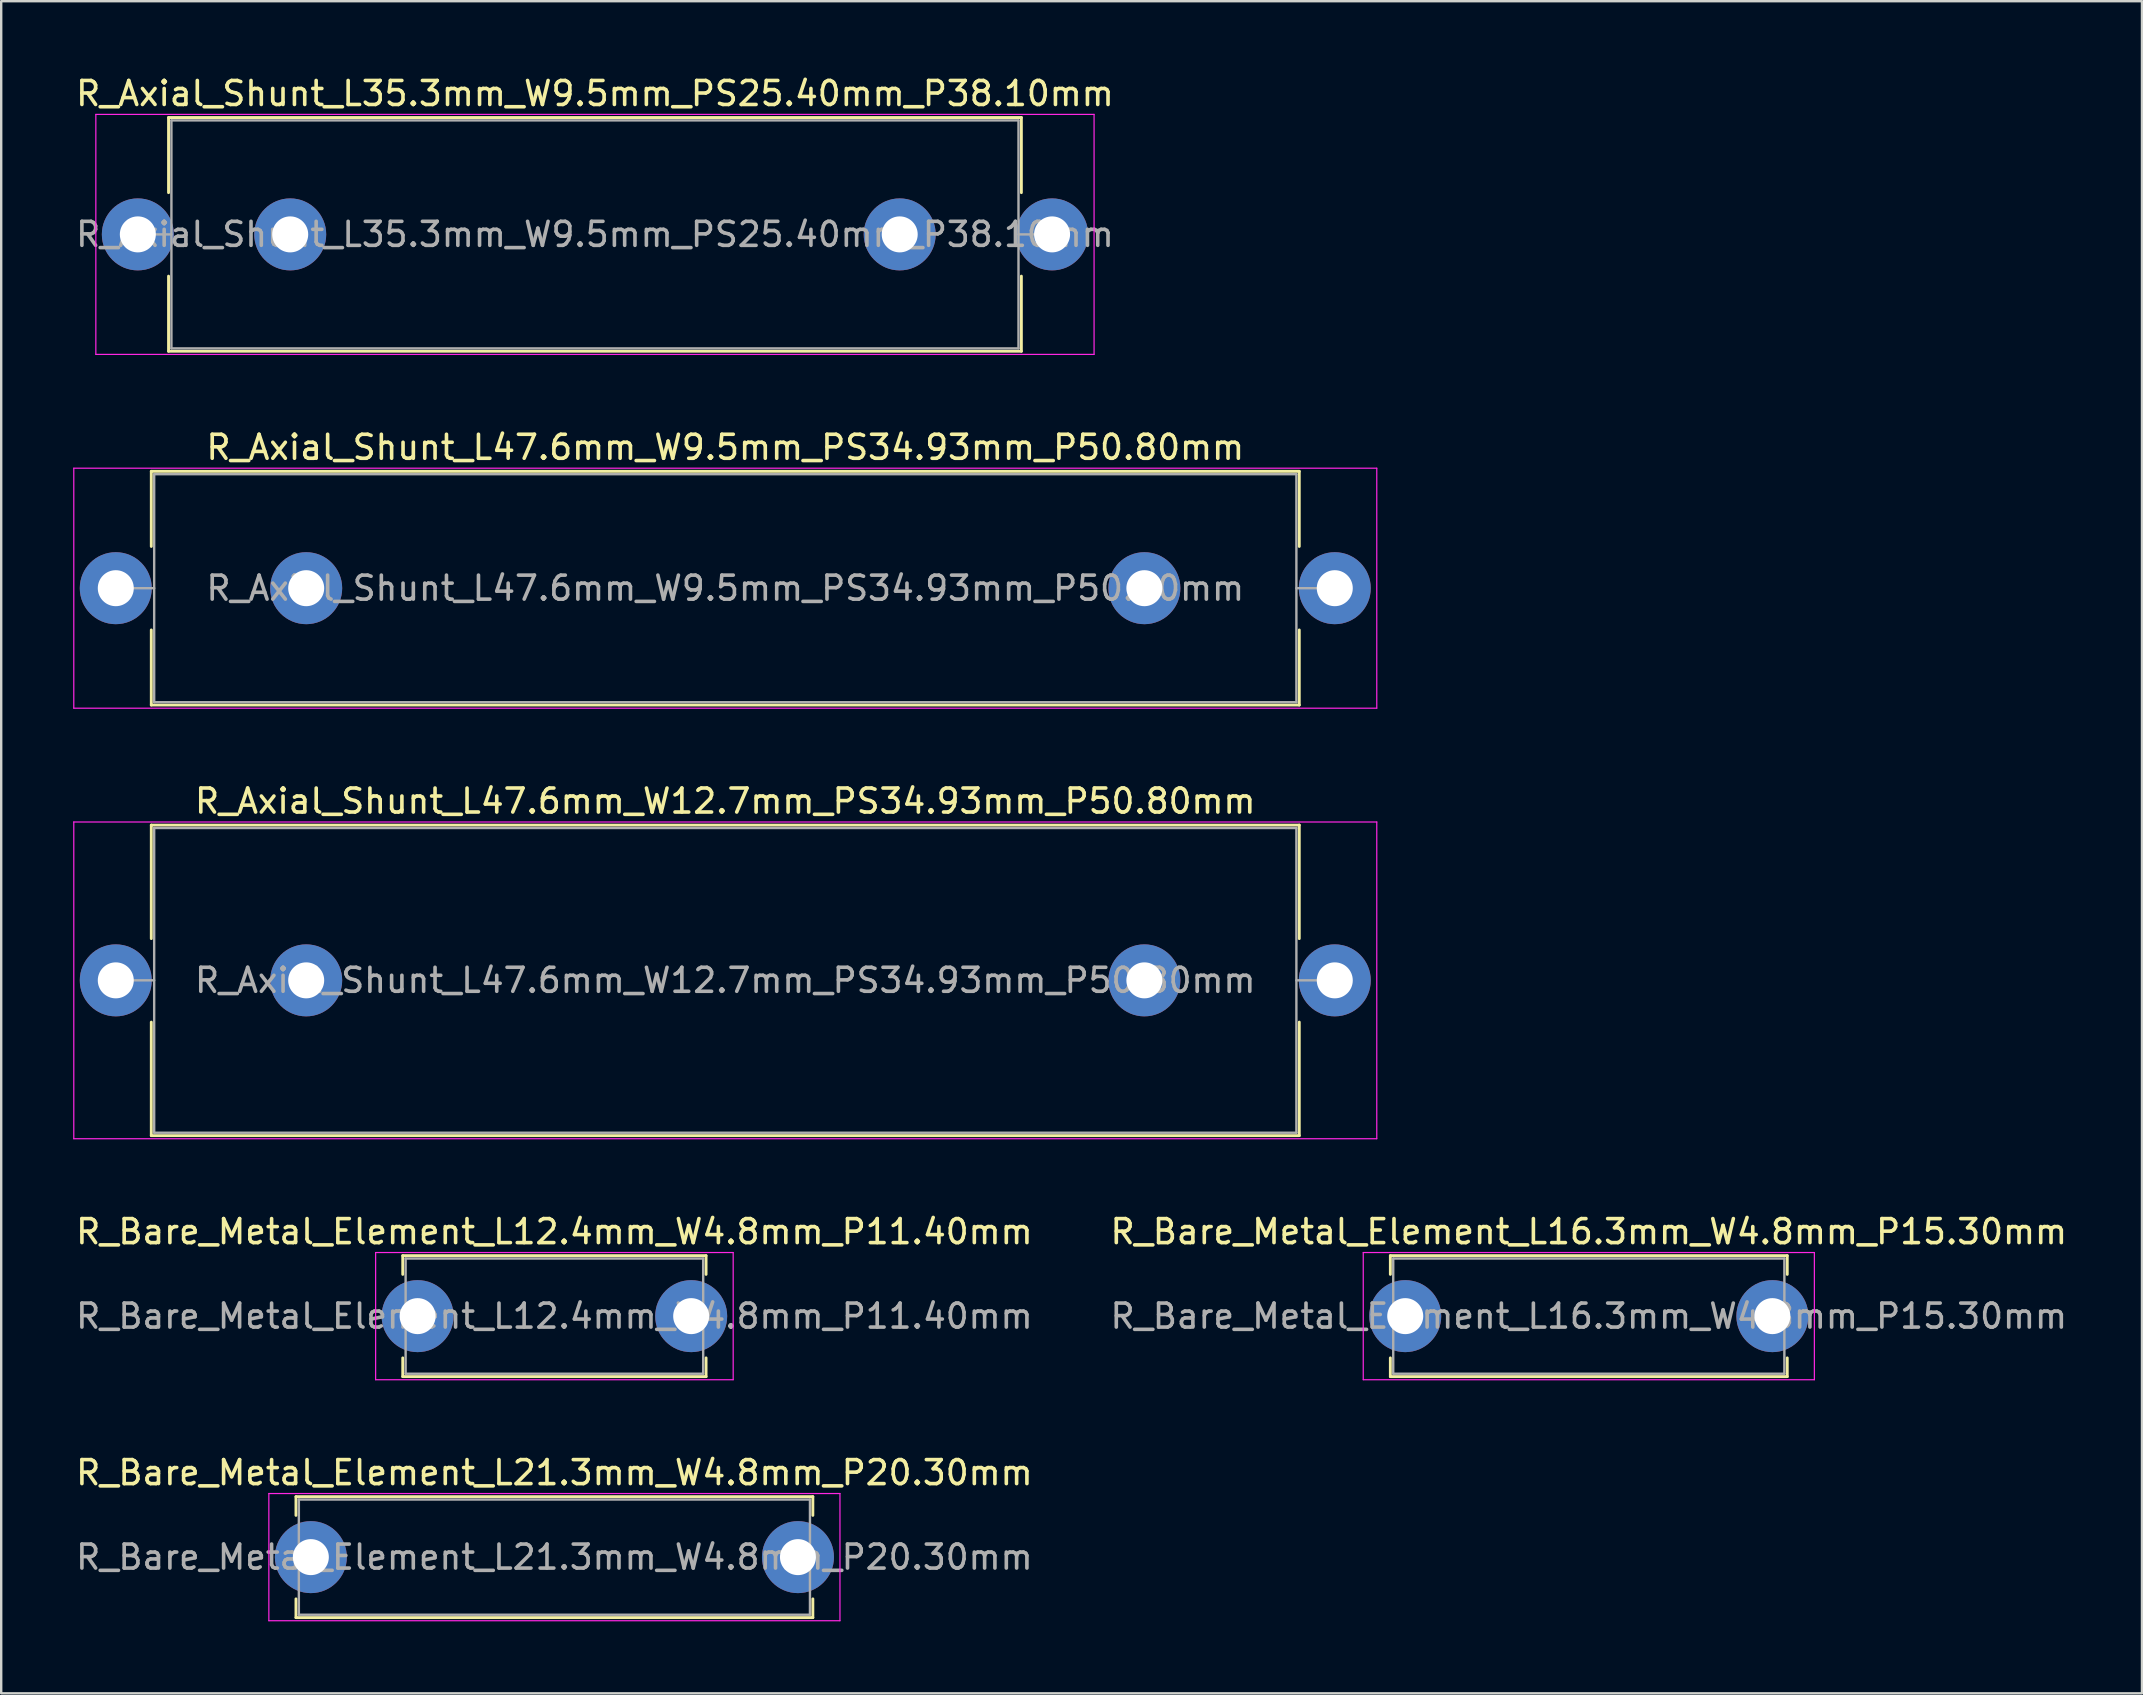
<source format=kicad_pcb>
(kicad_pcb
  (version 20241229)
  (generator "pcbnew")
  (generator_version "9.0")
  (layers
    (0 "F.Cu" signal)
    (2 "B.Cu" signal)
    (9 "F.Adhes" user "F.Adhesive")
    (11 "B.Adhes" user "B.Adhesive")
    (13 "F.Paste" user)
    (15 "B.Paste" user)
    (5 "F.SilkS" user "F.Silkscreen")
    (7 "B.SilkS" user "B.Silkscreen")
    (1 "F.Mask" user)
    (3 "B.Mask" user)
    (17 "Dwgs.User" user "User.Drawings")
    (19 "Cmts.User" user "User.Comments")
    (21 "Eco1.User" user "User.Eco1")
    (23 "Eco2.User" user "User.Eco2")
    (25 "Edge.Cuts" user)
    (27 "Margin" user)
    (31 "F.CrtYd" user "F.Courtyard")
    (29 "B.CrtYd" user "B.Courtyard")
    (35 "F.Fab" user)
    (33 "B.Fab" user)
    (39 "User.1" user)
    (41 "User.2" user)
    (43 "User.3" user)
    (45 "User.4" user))
  (footprint "R_Axial_Shunt_L35.3mm_W9.5mm_PS25.40mm_P38.10mm"
    (layer "F.Cu")
    (at 2.694 6.718)
    (property "Reference" "R_Axial_Shunt_L35.3mm_W9.5mm_PS25.40mm_P38.10mm" (at 19.05 -5.87 0) (layer "F.SilkS") (effects (font (size 1 1) (thickness 0.15))))
    (attr through_hole)
    (fp_line (start 1.28 -4.87) (end 36.82 -4.87) (stroke (width 0.12) (type solid)) (layer "F.SilkS"))
    (fp_line (start 1.28 -1.74) (end 1.28 -4.87) (stroke (width 0.12) (type solid)) (layer "F.SilkS"))
    (fp_line (start 1.28 1.74) (end 1.28 4.87) (stroke (width 0.12) (type solid)) (layer "F.SilkS"))
    (fp_line (start 1.28 4.87) (end 36.82 4.87) (stroke (width 0.12) (type solid)) (layer "F.SilkS"))
    (fp_line (start 36.82 -4.87) (end 36.82 -1.74) (stroke (width 0.12) (type solid)) (layer "F.SilkS"))
    (fp_line (start 36.82 4.87) (end 36.82 1.74) (stroke (width 0.12) (type solid)) (layer "F.SilkS"))
    (fp_line (start -1.75 -5) (end -1.75 5) (stroke (width 0.05) (type solid)) (layer "F.CrtYd"))
    (fp_line (start -1.75 5) (end 39.85 5) (stroke (width 0.05) (type solid)) (layer "F.CrtYd"))
    (fp_line (start 39.85 -5) (end -1.75 -5) (stroke (width 0.05) (type solid)) (layer "F.CrtYd"))
    (fp_line (start 39.85 5) (end 39.85 -5) (stroke (width 0.05) (type solid)) (layer "F.CrtYd"))
    (fp_line (start 0 0) (end 1.4 0) (stroke (width 0.1) (type solid)) (layer "F.Fab"))
    (fp_line (start 1.4 -4.75) (end 1.4 4.75) (stroke (width 0.1) (type solid)) (layer "F.Fab"))
    (fp_line (start 1.4 4.75) (end 36.7 4.75) (stroke (width 0.1) (type solid)) (layer "F.Fab"))
    (fp_line (start 36.7 -4.75) (end 1.4 -4.75) (stroke (width 0.1) (type solid)) (layer "F.Fab"))
    (fp_line (start 36.7 4.75) (end 36.7 -4.75) (stroke (width 0.1) (type solid)) (layer "F.Fab"))
    (fp_line (start 38.1 0) (end 36.7 0) (stroke (width 0.1) (type solid)) (layer "F.Fab"))
    (fp_text user "${REFERENCE}" (at 19.05 0 0) (layer "F.Fab") (effects (font (size 1 1) (thickness 0.15))))
    (pad "1" thru_hole circle (at 0 0) (size 3 3) (drill 1.5) (layers "*.Cu" "*.Mask"))
    (pad "2" thru_hole oval (at 6.35 0) (size 3 3) (drill 1.5) (layers "*.Cu" "*.Mask"))
    (pad "3" thru_hole oval (at 31.75 0) (size 3 3) (drill 1.5) (layers "*.Cu" "*.Mask"))
    (pad "4" thru_hole oval (at 38.1 0) (size 3 3) (drill 1.5) (layers "*.Cu" "*.Mask")))
  (footprint "R_Axial_Shunt_L47.6mm_W12.7mm_PS34.93mm_P50.80mm"
    (layer "F.Cu")
    (at 1.775 37.805)
    (property "Reference" "R_Axial_Shunt_L47.6mm_W12.7mm_PS34.93mm_P50.80mm" (at 25.4 -7.47 0) (layer "F.SilkS") (effects (font (size 1 1) (thickness 0.15))))
    (attr through_hole)
    (fp_line (start 1.48 -6.47) (end 49.32 -6.47) (stroke (width 0.12) (type solid)) (layer "F.SilkS"))
    (fp_line (start 1.48 -1.74) (end 1.48 -6.47) (stroke (width 0.12) (type solid)) (layer "F.SilkS"))
    (fp_line (start 1.48 1.74) (end 1.48 6.47) (stroke (width 0.12) (type solid)) (layer "F.SilkS"))
    (fp_line (start 1.48 6.47) (end 49.32 6.47) (stroke (width 0.12) (type solid)) (layer "F.SilkS"))
    (fp_line (start 49.32 -6.47) (end 49.32 -1.74) (stroke (width 0.12) (type solid)) (layer "F.SilkS"))
    (fp_line (start 49.32 6.47) (end 49.32 1.74) (stroke (width 0.12) (type solid)) (layer "F.SilkS"))
    (fp_line (start -1.75 -6.6) (end -1.75 6.6) (stroke (width 0.05) (type solid)) (layer "F.CrtYd"))
    (fp_line (start -1.75 6.6) (end 52.55 6.6) (stroke (width 0.05) (type solid)) (layer "F.CrtYd"))
    (fp_line (start 52.55 -6.6) (end -1.75 -6.6) (stroke (width 0.05) (type solid)) (layer "F.CrtYd"))
    (fp_line (start 52.55 6.6) (end 52.55 -6.6) (stroke (width 0.05) (type solid)) (layer "F.CrtYd"))
    (fp_line (start 0 0) (end 1.6 0) (stroke (width 0.1) (type solid)) (layer "F.Fab"))
    (fp_line (start 1.6 -6.35) (end 1.6 6.35) (stroke (width 0.1) (type solid)) (layer "F.Fab"))
    (fp_line (start 1.6 6.35) (end 49.2 6.35) (stroke (width 0.1) (type solid)) (layer "F.Fab"))
    (fp_line (start 49.2 -6.35) (end 1.6 -6.35) (stroke (width 0.1) (type solid)) (layer "F.Fab"))
    (fp_line (start 49.2 6.35) (end 49.2 -6.35) (stroke (width 0.1) (type solid)) (layer "F.Fab"))
    (fp_line (start 50.8 0) (end 49.2 0) (stroke (width 0.1) (type solid)) (layer "F.Fab"))
    (fp_text user "${REFERENCE}" (at 25.4 0 0) (layer "F.Fab") (effects (font (size 1 1) (thickness 0.15))))
    (pad "1" thru_hole circle (at 0 0) (size 3 3) (drill 1.5) (layers "*.Cu" "*.Mask"))
    (pad "2" thru_hole oval (at 7.935 0) (size 3 3) (drill 1.5) (layers "*.Cu" "*.Mask"))
    (pad "3" thru_hole oval (at 42.865 0) (size 3 3) (drill 1.5) (layers "*.Cu" "*.Mask"))
    (pad "4" thru_hole oval (at 50.8 0) (size 3 3) (drill 1.5) (layers "*.Cu" "*.Mask")))
  (footprint "R_Bare_Metal_Element_L12.4mm_W4.8mm_P11.40mm"
    (layer "F.Cu")
    (at 14.354 51.798)
    (property "Reference" "R_Bare_Metal_Element_L12.4mm_W4.8mm_P11.40mm" (at 5.7 -3.52 0) (layer "F.SilkS") (effects (font (size 1 1) (thickness 0.15))))
    (attr through_hole)
    (fp_line (start -0.62 -2.52) (end 12.02 -2.52) (stroke (width 0.12) (type solid)) (layer "F.SilkS"))
    (fp_line (start -0.62 -1.74) (end -0.62 -2.52) (stroke (width 0.12) (type solid)) (layer "F.SilkS"))
    (fp_line (start -0.62 1.74) (end -0.62 2.52) (stroke (width 0.12) (type solid)) (layer "F.SilkS"))
    (fp_line (start -0.62 2.52) (end 12.02 2.52) (stroke (width 0.12) (type solid)) (layer "F.SilkS"))
    (fp_line (start 12.02 -2.52) (end 12.02 -1.74) (stroke (width 0.12) (type solid)) (layer "F.SilkS"))
    (fp_line (start 12.02 2.52) (end 12.02 1.74) (stroke (width 0.12) (type solid)) (layer "F.SilkS"))
    (fp_line (start -1.75 -2.65) (end -1.75 2.65) (stroke (width 0.05) (type solid)) (layer "F.CrtYd"))
    (fp_line (start -1.75 2.65) (end 13.15 2.65) (stroke (width 0.05) (type solid)) (layer "F.CrtYd"))
    (fp_line (start 13.15 -2.65) (end -1.75 -2.65) (stroke (width 0.05) (type solid)) (layer "F.CrtYd"))
    (fp_line (start 13.15 2.65) (end 13.15 -2.65) (stroke (width 0.05) (type solid)) (layer "F.CrtYd"))
    (fp_line (start -0.5 -2.4) (end -0.5 2.4) (stroke (width 0.1) (type solid)) (layer "F.Fab"))
    (fp_line (start -0.5 2.4) (end 11.9 2.4) (stroke (width 0.1) (type solid)) (layer "F.Fab"))
    (fp_line (start 11.9 -2.4) (end -0.5 -2.4) (stroke (width 0.1) (type solid)) (layer "F.Fab"))
    (fp_line (start 11.9 2.4) (end 11.9 -2.4) (stroke (width 0.1) (type solid)) (layer "F.Fab"))
    (fp_text user "${REFERENCE}" (at 5.7 0 0) (layer "F.Fab") (effects (font (size 1 1) (thickness 0.15))))
    (pad "1" thru_hole circle (at 0 0) (size 3 3) (drill 1.5) (layers "*.Cu" "*.Mask"))
    (pad "2" thru_hole oval (at 11.4 0) (size 3 3) (drill 1.5) (layers "*.Cu" "*.Mask")))
  (footprint "R_Bare_Metal_Element_L21.3mm_W4.8mm_P20.30mm"
    (layer "F.Cu")
    (at 9.904 61.841)
    (property "Reference" "R_Bare_Metal_Element_L21.3mm_W4.8mm_P20.30mm" (at 10.15 -3.52 0) (layer "F.SilkS") (effects (font (size 1 1) (thickness 0.15))))
    (attr through_hole)
    (fp_line (start -0.62 -2.52) (end 20.92 -2.52) (stroke (width 0.12) (type solid)) (layer "F.SilkS"))
    (fp_line (start -0.62 -1.74) (end -0.62 -2.52) (stroke (width 0.12) (type solid)) (layer "F.SilkS"))
    (fp_line (start -0.62 1.74) (end -0.62 2.52) (stroke (width 0.12) (type solid)) (layer "F.SilkS"))
    (fp_line (start -0.62 2.52) (end 20.92 2.52) (stroke (width 0.12) (type solid)) (layer "F.SilkS"))
    (fp_line (start 20.92 -2.52) (end 20.92 -1.74) (stroke (width 0.12) (type solid)) (layer "F.SilkS"))
    (fp_line (start 20.92 2.52) (end 20.92 1.74) (stroke (width 0.12) (type solid)) (layer "F.SilkS"))
    (fp_line (start -1.75 -2.65) (end -1.75 2.65) (stroke (width 0.05) (type solid)) (layer "F.CrtYd"))
    (fp_line (start -1.75 2.65) (end 22.05 2.65) (stroke (width 0.05) (type solid)) (layer "F.CrtYd"))
    (fp_line (start 22.05 -2.65) (end -1.75 -2.65) (stroke (width 0.05) (type solid)) (layer "F.CrtYd"))
    (fp_line (start 22.05 2.65) (end 22.05 -2.65) (stroke (width 0.05) (type solid)) (layer "F.CrtYd"))
    (fp_line (start -0.5 -2.4) (end -0.5 2.4) (stroke (width 0.1) (type solid)) (layer "F.Fab"))
    (fp_line (start -0.5 2.4) (end 20.8 2.4) (stroke (width 0.1) (type solid)) (layer "F.Fab"))
    (fp_line (start 20.8 -2.4) (end -0.5 -2.4) (stroke (width 0.1) (type solid)) (layer "F.Fab"))
    (fp_line (start 20.8 2.4) (end 20.8 -2.4) (stroke (width 0.1) (type solid)) (layer "F.Fab"))
    (fp_text user "${REFERENCE}" (at 10.15 0 0) (layer "F.Fab") (effects (font (size 1 1) (thickness 0.15))))
    (pad "1" thru_hole circle (at 0 0) (size 3 3) (drill 1.5) (layers "*.Cu" "*.Mask"))
    (pad "2" thru_hole oval (at 20.3 0) (size 3 3) (drill 1.5) (layers "*.Cu" "*.Mask")))
  (footprint "R_Axial_Shunt_L47.6mm_W9.5mm_PS34.93mm_P50.80mm"
    (layer "F.Cu")
    (at 1.775 21.462)
    (property "Reference" "R_Axial_Shunt_L47.6mm_W9.5mm_PS34.93mm_P50.80mm" (at 25.4 -5.87 0) (layer "F.SilkS") (effects (font (size 1 1) (thickness 0.15))))
    (attr through_hole)
    (fp_line (start 1.48 -4.87) (end 49.32 -4.87) (stroke (width 0.12) (type solid)) (layer "F.SilkS"))
    (fp_line (start 1.48 -1.74) (end 1.48 -4.87) (stroke (width 0.12) (type solid)) (layer "F.SilkS"))
    (fp_line (start 1.48 1.74) (end 1.48 4.87) (stroke (width 0.12) (type solid)) (layer "F.SilkS"))
    (fp_line (start 1.48 4.87) (end 49.32 4.87) (stroke (width 0.12) (type solid)) (layer "F.SilkS"))
    (fp_line (start 49.32 -4.87) (end 49.32 -1.74) (stroke (width 0.12) (type solid)) (layer "F.SilkS"))
    (fp_line (start 49.32 4.87) (end 49.32 1.74) (stroke (width 0.12) (type solid)) (layer "F.SilkS"))
    (fp_line (start -1.75 -5) (end -1.75 5) (stroke (width 0.05) (type solid)) (layer "F.CrtYd"))
    (fp_line (start -1.75 5) (end 52.55 5) (stroke (width 0.05) (type solid)) (layer "F.CrtYd"))
    (fp_line (start 52.55 -5) (end -1.75 -5) (stroke (width 0.05) (type solid)) (layer "F.CrtYd"))
    (fp_line (start 52.55 5) (end 52.55 -5) (stroke (width 0.05) (type solid)) (layer "F.CrtYd"))
    (fp_line (start 0 0) (end 1.6 0) (stroke (width 0.1) (type solid)) (layer "F.Fab"))
    (fp_line (start 1.6 -4.75) (end 1.6 4.75) (stroke (width 0.1) (type solid)) (layer "F.Fab"))
    (fp_line (start 1.6 4.75) (end 49.2 4.75) (stroke (width 0.1) (type solid)) (layer "F.Fab"))
    (fp_line (start 49.2 -4.75) (end 1.6 -4.75) (stroke (width 0.1) (type solid)) (layer "F.Fab"))
    (fp_line (start 49.2 4.75) (end 49.2 -4.75) (stroke (width 0.1) (type solid)) (layer "F.Fab"))
    (fp_line (start 50.8 0) (end 49.2 0) (stroke (width 0.1) (type solid)) (layer "F.Fab"))
    (fp_text user "${REFERENCE}" (at 25.4 0 0) (layer "F.Fab") (effects (font (size 1 1) (thickness 0.15))))
    (pad "1" thru_hole circle (at 0 0) (size 3 3) (drill 1.5) (layers "*.Cu" "*.Mask"))
    (pad "2" thru_hole oval (at 7.935 0) (size 3 3) (drill 1.5) (layers "*.Cu" "*.Mask"))
    (pad "3" thru_hole oval (at 42.865 0) (size 3 3) (drill 1.5) (layers "*.Cu" "*.Mask"))
    (pad "4" thru_hole oval (at 50.8 0) (size 3 3) (drill 1.5) (layers "*.Cu" "*.Mask")))
  (footprint "R_Bare_Metal_Element_L16.3mm_W4.8mm_P15.30mm"
    (layer "F.Cu")
    (at 55.511 51.798)
    (property "Reference" "R_Bare_Metal_Element_L16.3mm_W4.8mm_P15.30mm" (at 7.65 -3.52 0) (layer "F.SilkS") (effects (font (size 1 1) (thickness 0.15))))
    (attr through_hole)
    (fp_line (start -0.62 -2.52) (end 15.92 -2.52) (stroke (width 0.12) (type solid)) (layer "F.SilkS"))
    (fp_line (start -0.62 -1.74) (end -0.62 -2.52) (stroke (width 0.12) (type solid)) (layer "F.SilkS"))
    (fp_line (start -0.62 1.74) (end -0.62 2.52) (stroke (width 0.12) (type solid)) (layer "F.SilkS"))
    (fp_line (start -0.62 2.52) (end 15.92 2.52) (stroke (width 0.12) (type solid)) (layer "F.SilkS"))
    (fp_line (start 15.92 -2.52) (end 15.92 -1.74) (stroke (width 0.12) (type solid)) (layer "F.SilkS"))
    (fp_line (start 15.92 2.52) (end 15.92 1.74) (stroke (width 0.12) (type solid)) (layer "F.SilkS"))
    (fp_line (start -1.75 -2.65) (end -1.75 2.65) (stroke (width 0.05) (type solid)) (layer "F.CrtYd"))
    (fp_line (start -1.75 2.65) (end 17.05 2.65) (stroke (width 0.05) (type solid)) (layer "F.CrtYd"))
    (fp_line (start 17.05 -2.65) (end -1.75 -2.65) (stroke (width 0.05) (type solid)) (layer "F.CrtYd"))
    (fp_line (start 17.05 2.65) (end 17.05 -2.65) (stroke (width 0.05) (type solid)) (layer "F.CrtYd"))
    (fp_line (start -0.5 -2.4) (end -0.5 2.4) (stroke (width 0.1) (type solid)) (layer "F.Fab"))
    (fp_line (start -0.5 2.4) (end 15.8 2.4) (stroke (width 0.1) (type solid)) (layer "F.Fab"))
    (fp_line (start 15.8 -2.4) (end -0.5 -2.4) (stroke (width 0.1) (type solid)) (layer "F.Fab"))
    (fp_line (start 15.8 2.4) (end 15.8 -2.4) (stroke (width 0.1) (type solid)) (layer "F.Fab"))
    (fp_text user "${REFERENCE}" (at 7.65 0 0) (layer "F.Fab") (effects (font (size 1 1) (thickness 0.15))))
    (pad "1" thru_hole circle (at 0 0) (size 3 3) (drill 1.5) (layers "*.Cu" "*.Mask"))
    (pad "2" thru_hole oval (at 15.3 0) (size 3 3) (drill 1.5) (layers "*.Cu" "*.Mask")))
  (gr_rect
    (start -3 -3)
    (end 86.214 67.516)
    (stroke (width 0.1) (type default))
    (fill no)
    (layer "Edge.Cuts")))
</source>
